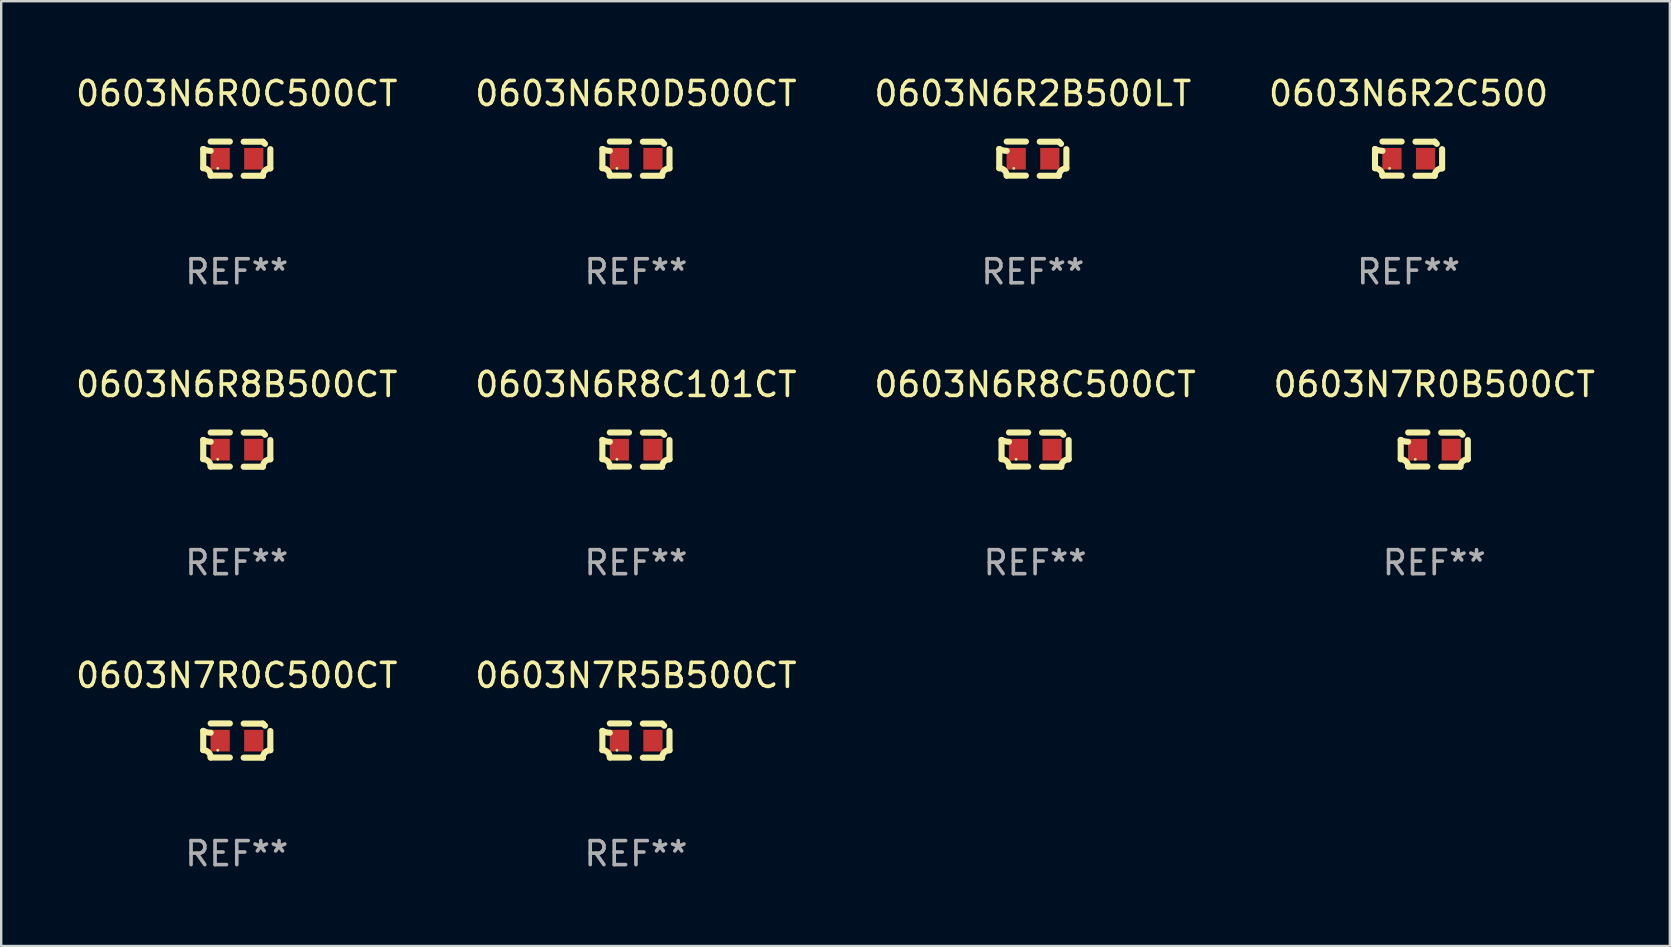
<source format=kicad_pcb>
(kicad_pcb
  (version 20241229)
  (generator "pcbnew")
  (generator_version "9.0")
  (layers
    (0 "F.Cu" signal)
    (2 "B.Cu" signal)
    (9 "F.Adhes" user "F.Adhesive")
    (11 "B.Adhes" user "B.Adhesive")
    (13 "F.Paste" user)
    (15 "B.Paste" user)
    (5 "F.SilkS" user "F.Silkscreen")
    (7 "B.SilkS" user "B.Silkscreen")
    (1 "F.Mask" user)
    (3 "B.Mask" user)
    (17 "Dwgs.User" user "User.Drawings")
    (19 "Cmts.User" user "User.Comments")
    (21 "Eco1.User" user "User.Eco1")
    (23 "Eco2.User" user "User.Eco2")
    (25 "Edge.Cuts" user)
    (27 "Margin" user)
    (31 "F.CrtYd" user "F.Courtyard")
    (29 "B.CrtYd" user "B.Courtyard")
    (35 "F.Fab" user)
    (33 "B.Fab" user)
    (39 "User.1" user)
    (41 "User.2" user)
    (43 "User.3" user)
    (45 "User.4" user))
  (footprint "0603N7R0B500CT"
    (layer "F.Cu")
    (at 56.708 15.683)
    (property "Reference" "0603N7R0B500CT" (at 0 -2.713 0) (layer "F.SilkS") (effects (font (size 1 1) (thickness 0.15))))
    (attr through_hole)
    (fp_line (start -1.398 -0.403) (end -1.398 0.397) (stroke (width 0.254) (type solid)) (layer "F.SilkS"))
    (fp_line (start -0.288 -0.713) (end -1.088 -0.713) (stroke (width 0.254) (type solid)) (layer "F.SilkS"))
    (fp_line (start -0.288 0.707) (end -1.088 0.707) (stroke (width 0.254) (type solid)) (layer "F.SilkS"))
    (fp_line (start 0.288 -0.707) (end 1.088 -0.707) (stroke (width 0.254) (type solid)) (layer "F.SilkS"))
    (fp_line (start 0.288 0.713) (end 1.088 0.713) (stroke (width 0.254) (type solid)) (layer "F.SilkS"))
    (fp_line (start 1.398 -0.397) (end 1.398 0.403) (stroke (width 0.254) (type solid)) (layer "F.SilkS"))
    (fp_arc (start -1.397789 0.397066) (mid -1.178701 0.487826) (end -1.08796 0.706922) (stroke (width 0.254001) (type solid)) (layer "F.SilkS"))
    (fp_arc (start -1.08796 -0.327176) (mid -1.247436 -0.346384) (end -1.39779 -0.402908) (stroke (width 0.254001) (type solid)) (layer "F.SilkS"))
    (fp_arc (start 1.087909 0.712738) (mid 1.178656 0.493655) (end 1.397739 0.402908) (stroke (width 0.254001) (type solid)) (layer "F.SilkS"))
    (fp_arc (start 1.175925 -0.618926) (mid 1.131917 -0.662923) (end 1.08791 -0.706922) (stroke (width 0.254001) (type solid)) (layer "F.SilkS"))
    (fp_circle (center -0.792 0.403) (end -0.762 0.403) (stroke (width 0.06) (type solid)) (fill no) (layer "F.SilkS"))
    (fp_text user "REF**" (at 0 4.713 0) (layer "F.Fab") (effects (font (size 1 1) (thickness 0.15))))
    (pad "1" smd rect (at -0.692 0.003) (size 0.8 0.9) (layers "F.Cu" "F.Mask" "F.Paste"))
    (pad "2" smd rect (at 0.708 0.003) (size 0.8 0.9) (layers "F.Cu" "F.Mask" "F.Paste")))
  (footprint "0603N6R2B500LT"
    (layer "F.Cu")
    (at 39.982 3.561)
    (property "Reference" "0603N6R2B500LT" (at 0 -2.713 0) (layer "F.SilkS") (effects (font (size 1 1) (thickness 0.15))))
    (attr through_hole)
    (fp_line (start -1.398 -0.403) (end -1.398 0.397) (stroke (width 0.254) (type solid)) (layer "F.SilkS"))
    (fp_line (start -0.288 -0.713) (end -1.088 -0.713) (stroke (width 0.254) (type solid)) (layer "F.SilkS"))
    (fp_line (start -0.288 0.707) (end -1.088 0.707) (stroke (width 0.254) (type solid)) (layer "F.SilkS"))
    (fp_line (start 0.288 -0.707) (end 1.088 -0.707) (stroke (width 0.254) (type solid)) (layer "F.SilkS"))
    (fp_line (start 0.288 0.713) (end 1.088 0.713) (stroke (width 0.254) (type solid)) (layer "F.SilkS"))
    (fp_line (start 1.398 -0.397) (end 1.398 0.403) (stroke (width 0.254) (type solid)) (layer "F.SilkS"))
    (fp_arc (start -1.397789 0.397066) (mid -1.178701 0.487826) (end -1.08796 0.706922) (stroke (width 0.254001) (type solid)) (layer "F.SilkS"))
    (fp_arc (start -1.08796 -0.327176) (mid -1.247436 -0.346384) (end -1.39779 -0.402908) (stroke (width 0.254001) (type solid)) (layer "F.SilkS"))
    (fp_arc (start 1.087909 0.712738) (mid 1.178656 0.493655) (end 1.397739 0.402908) (stroke (width 0.254001) (type solid)) (layer "F.SilkS"))
    (fp_arc (start 1.175925 -0.618926) (mid 1.131917 -0.662923) (end 1.08791 -0.706922) (stroke (width 0.254001) (type solid)) (layer "F.SilkS"))
    (fp_circle (center -0.792 0.403) (end -0.762 0.403) (stroke (width 0.06) (type solid)) (fill no) (layer "F.SilkS"))
    (fp_text user "REF**" (at 0 4.713 0) (layer "F.Fab") (effects (font (size 1 1) (thickness 0.15))))
    (pad "1" smd rect (at -0.692 0.003) (size 0.8 0.9) (layers "F.Cu" "F.Mask" "F.Paste"))
    (pad "2" smd rect (at 0.708 0.003) (size 0.8 0.9) (layers "F.Cu" "F.Mask" "F.Paste")))
  (footprint "0603N6R2C500"
    (layer "F.Cu")
    (at 55.637 3.561)
    (property "Reference" "0603N6R2C500" (at 0 -2.713 0) (layer "F.SilkS") (effects (font (size 1 1) (thickness 0.15))))
    (attr through_hole)
    (fp_line (start -1.398 -0.403) (end -1.398 0.397) (stroke (width 0.254) (type solid)) (layer "F.SilkS"))
    (fp_line (start -0.288 -0.713) (end -1.088 -0.713) (stroke (width 0.254) (type solid)) (layer "F.SilkS"))
    (fp_line (start -0.288 0.707) (end -1.088 0.707) (stroke (width 0.254) (type solid)) (layer "F.SilkS"))
    (fp_line (start 0.288 -0.707) (end 1.088 -0.707) (stroke (width 0.254) (type solid)) (layer "F.SilkS"))
    (fp_line (start 0.288 0.713) (end 1.088 0.713) (stroke (width 0.254) (type solid)) (layer "F.SilkS"))
    (fp_line (start 1.398 -0.397) (end 1.398 0.403) (stroke (width 0.254) (type solid)) (layer "F.SilkS"))
    (fp_arc (start -1.397789 0.397066) (mid -1.178701 0.487826) (end -1.08796 0.706922) (stroke (width 0.254001) (type solid)) (layer "F.SilkS"))
    (fp_arc (start -1.08796 -0.327176) (mid -1.247436 -0.346384) (end -1.39779 -0.402908) (stroke (width 0.254001) (type solid)) (layer "F.SilkS"))
    (fp_arc (start 1.087909 0.712738) (mid 1.178656 0.493655) (end 1.397739 0.402908) (stroke (width 0.254001) (type solid)) (layer "F.SilkS"))
    (fp_arc (start 1.175925 -0.618926) (mid 1.131917 -0.662923) (end 1.08791 -0.706922) (stroke (width 0.254001) (type solid)) (layer "F.SilkS"))
    (fp_circle (center -0.792 0.403) (end -0.762 0.403) (stroke (width 0.06) (type solid)) (fill no) (layer "F.SilkS"))
    (fp_text user "REF**" (at 0 4.713 0) (layer "F.Fab") (effects (font (size 1 1) (thickness 0.15))))
    (pad "1" smd rect (at -0.692 0.003) (size 0.8 0.9) (layers "F.Cu" "F.Mask" "F.Paste"))
    (pad "2" smd rect (at 0.708 0.003) (size 0.8 0.9) (layers "F.Cu" "F.Mask" "F.Paste")))
  (footprint "0603N6R8C101CT"
    (layer "F.Cu")
    (at 23.446 15.683)
    (property "Reference" "0603N6R8C101CT" (at 0 -2.713 0) (layer "F.SilkS") (effects (font (size 1 1) (thickness 0.15))))
    (attr through_hole)
    (fp_line (start -1.398 -0.403) (end -1.398 0.397) (stroke (width 0.254) (type solid)) (layer "F.SilkS"))
    (fp_line (start -0.288 -0.713) (end -1.088 -0.713) (stroke (width 0.254) (type solid)) (layer "F.SilkS"))
    (fp_line (start -0.288 0.707) (end -1.088 0.707) (stroke (width 0.254) (type solid)) (layer "F.SilkS"))
    (fp_line (start 0.288 -0.707) (end 1.088 -0.707) (stroke (width 0.254) (type solid)) (layer "F.SilkS"))
    (fp_line (start 0.288 0.713) (end 1.088 0.713) (stroke (width 0.254) (type solid)) (layer "F.SilkS"))
    (fp_line (start 1.398 -0.397) (end 1.398 0.403) (stroke (width 0.254) (type solid)) (layer "F.SilkS"))
    (fp_arc (start -1.397789 0.397066) (mid -1.178701 0.487826) (end -1.08796 0.706922) (stroke (width 0.254001) (type solid)) (layer "F.SilkS"))
    (fp_arc (start -1.08796 -0.327176) (mid -1.247436 -0.346384) (end -1.39779 -0.402908) (stroke (width 0.254001) (type solid)) (layer "F.SilkS"))
    (fp_arc (start 1.087909 0.712738) (mid 1.178656 0.493655) (end 1.397739 0.402908) (stroke (width 0.254001) (type solid)) (layer "F.SilkS"))
    (fp_arc (start 1.175925 -0.618926) (mid 1.131917 -0.662923) (end 1.08791 -0.706922) (stroke (width 0.254001) (type solid)) (layer "F.SilkS"))
    (fp_circle (center -0.792 0.403) (end -0.762 0.403) (stroke (width 0.06) (type solid)) (fill no) (layer "F.SilkS"))
    (fp_text user "REF**" (at 0 4.713 0) (layer "F.Fab") (effects (font (size 1 1) (thickness 0.15))))
    (pad "1" smd rect (at -0.692 0.003) (size 0.8 0.9) (layers "F.Cu" "F.Mask" "F.Paste"))
    (pad "2" smd rect (at 0.708 0.003) (size 0.8 0.9) (layers "F.Cu" "F.Mask" "F.Paste")))
  (footprint "0603N6R8C500CT"
    (layer "F.Cu")
    (at 40.077 15.683)
    (property "Reference" "0603N6R8C500CT" (at 0 -2.713 0) (layer "F.SilkS") (effects (font (size 1 1) (thickness 0.15))))
    (attr through_hole)
    (fp_line (start -1.398 -0.403) (end -1.398 0.397) (stroke (width 0.254) (type solid)) (layer "F.SilkS"))
    (fp_line (start -0.288 -0.713) (end -1.088 -0.713) (stroke (width 0.254) (type solid)) (layer "F.SilkS"))
    (fp_line (start -0.288 0.707) (end -1.088 0.707) (stroke (width 0.254) (type solid)) (layer "F.SilkS"))
    (fp_line (start 0.288 -0.707) (end 1.088 -0.707) (stroke (width 0.254) (type solid)) (layer "F.SilkS"))
    (fp_line (start 0.288 0.713) (end 1.088 0.713) (stroke (width 0.254) (type solid)) (layer "F.SilkS"))
    (fp_line (start 1.398 -0.397) (end 1.398 0.403) (stroke (width 0.254) (type solid)) (layer "F.SilkS"))
    (fp_arc (start -1.397789 0.397066) (mid -1.178701 0.487826) (end -1.08796 0.706922) (stroke (width 0.254001) (type solid)) (layer "F.SilkS"))
    (fp_arc (start -1.08796 -0.327176) (mid -1.247436 -0.346384) (end -1.39779 -0.402908) (stroke (width 0.254001) (type solid)) (layer "F.SilkS"))
    (fp_arc (start 1.087909 0.712738) (mid 1.178656 0.493655) (end 1.397739 0.402908) (stroke (width 0.254001) (type solid)) (layer "F.SilkS"))
    (fp_arc (start 1.175925 -0.618926) (mid 1.131917 -0.662923) (end 1.08791 -0.706922) (stroke (width 0.254001) (type solid)) (layer "F.SilkS"))
    (fp_circle (center -0.792 0.403) (end -0.762 0.403) (stroke (width 0.06) (type solid)) (fill no) (layer "F.SilkS"))
    (fp_text user "REF**" (at 0 4.713 0) (layer "F.Fab") (effects (font (size 1 1) (thickness 0.15))))
    (pad "1" smd rect (at -0.692 0.003) (size 0.8 0.9) (layers "F.Cu" "F.Mask" "F.Paste"))
    (pad "2" smd rect (at 0.708 0.003) (size 0.8 0.9) (layers "F.Cu" "F.Mask" "F.Paste")))
  (footprint "0603N6R0C500CT"
    (layer "F.Cu")
    (at 6.815 3.561)
    (property "Reference" "0603N6R0C500CT" (at 0 -2.713 0) (layer "F.SilkS") (effects (font (size 1 1) (thickness 0.15))))
    (attr through_hole)
    (fp_line (start -1.398 -0.403) (end -1.398 0.397) (stroke (width 0.254) (type solid)) (layer "F.SilkS"))
    (fp_line (start -0.288 -0.713) (end -1.088 -0.713) (stroke (width 0.254) (type solid)) (layer "F.SilkS"))
    (fp_line (start -0.288 0.707) (end -1.088 0.707) (stroke (width 0.254) (type solid)) (layer "F.SilkS"))
    (fp_line (start 0.288 -0.707) (end 1.088 -0.707) (stroke (width 0.254) (type solid)) (layer "F.SilkS"))
    (fp_line (start 0.288 0.713) (end 1.088 0.713) (stroke (width 0.254) (type solid)) (layer "F.SilkS"))
    (fp_line (start 1.398 -0.397) (end 1.398 0.403) (stroke (width 0.254) (type solid)) (layer "F.SilkS"))
    (fp_arc (start -1.397789 0.397066) (mid -1.178701 0.487826) (end -1.08796 0.706922) (stroke (width 0.254001) (type solid)) (layer "F.SilkS"))
    (fp_arc (start -1.08796 -0.327176) (mid -1.247436 -0.346384) (end -1.39779 -0.402908) (stroke (width 0.254001) (type solid)) (layer "F.SilkS"))
    (fp_arc (start 1.087909 0.712738) (mid 1.178656 0.493655) (end 1.397739 0.402908) (stroke (width 0.254001) (type solid)) (layer "F.SilkS"))
    (fp_arc (start 1.175925 -0.618926) (mid 1.131917 -0.662923) (end 1.08791 -0.706922) (stroke (width 0.254001) (type solid)) (layer "F.SilkS"))
    (fp_circle (center -0.792 0.403) (end -0.762 0.403) (stroke (width 0.06) (type solid)) (fill no) (layer "F.SilkS"))
    (fp_text user "REF**" (at 0 4.713 0) (layer "F.Fab") (effects (font (size 1 1) (thickness 0.15))))
    (pad "1" smd rect (at -0.692 0.003) (size 0.8 0.9) (layers "F.Cu" "F.Mask" "F.Paste"))
    (pad "2" smd rect (at 0.708 0.003) (size 0.8 0.9) (layers "F.Cu" "F.Mask" "F.Paste")))
  (footprint "0603N6R8B500CT"
    (layer "F.Cu")
    (at 6.815 15.683)
    (property "Reference" "0603N6R8B500CT" (at 0 -2.713 0) (layer "F.SilkS") (effects (font (size 1 1) (thickness 0.15))))
    (attr through_hole)
    (fp_line (start -1.398 -0.403) (end -1.398 0.397) (stroke (width 0.254) (type solid)) (layer "F.SilkS"))
    (fp_line (start -0.288 -0.713) (end -1.088 -0.713) (stroke (width 0.254) (type solid)) (layer "F.SilkS"))
    (fp_line (start -0.288 0.707) (end -1.088 0.707) (stroke (width 0.254) (type solid)) (layer "F.SilkS"))
    (fp_line (start 0.288 -0.707) (end 1.088 -0.707) (stroke (width 0.254) (type solid)) (layer "F.SilkS"))
    (fp_line (start 0.288 0.713) (end 1.088 0.713) (stroke (width 0.254) (type solid)) (layer "F.SilkS"))
    (fp_line (start 1.398 -0.397) (end 1.398 0.403) (stroke (width 0.254) (type solid)) (layer "F.SilkS"))
    (fp_arc (start -1.397789 0.397066) (mid -1.178701 0.487826) (end -1.08796 0.706922) (stroke (width 0.254001) (type solid)) (layer "F.SilkS"))
    (fp_arc (start -1.08796 -0.327176) (mid -1.247436 -0.346384) (end -1.39779 -0.402908) (stroke (width 0.254001) (type solid)) (layer "F.SilkS"))
    (fp_arc (start 1.087909 0.712738) (mid 1.178656 0.493655) (end 1.397739 0.402908) (stroke (width 0.254001) (type solid)) (layer "F.SilkS"))
    (fp_arc (start 1.175925 -0.618926) (mid 1.131917 -0.662923) (end 1.08791 -0.706922) (stroke (width 0.254001) (type solid)) (layer "F.SilkS"))
    (fp_circle (center -0.792 0.403) (end -0.762 0.403) (stroke (width 0.06) (type solid)) (fill no) (layer "F.SilkS"))
    (fp_text user "REF**" (at 0 4.713 0) (layer "F.Fab") (effects (font (size 1 1) (thickness 0.15))))
    (pad "1" smd rect (at -0.692 0.003) (size 0.8 0.9) (layers "F.Cu" "F.Mask" "F.Paste"))
    (pad "2" smd rect (at 0.708 0.003) (size 0.8 0.9) (layers "F.Cu" "F.Mask" "F.Paste")))
  (footprint "0603N7R0C500CT"
    (layer "F.Cu")
    (at 6.815 27.805)
    (property "Reference" "0603N7R0C500CT" (at 0 -2.713 0) (layer "F.SilkS") (effects (font (size 1 1) (thickness 0.15))))
    (attr through_hole)
    (fp_line (start -1.398 -0.403) (end -1.398 0.397) (stroke (width 0.254) (type solid)) (layer "F.SilkS"))
    (fp_line (start -0.288 -0.713) (end -1.088 -0.713) (stroke (width 0.254) (type solid)) (layer "F.SilkS"))
    (fp_line (start -0.288 0.707) (end -1.088 0.707) (stroke (width 0.254) (type solid)) (layer "F.SilkS"))
    (fp_line (start 0.288 -0.707) (end 1.088 -0.707) (stroke (width 0.254) (type solid)) (layer "F.SilkS"))
    (fp_line (start 0.288 0.713) (end 1.088 0.713) (stroke (width 0.254) (type solid)) (layer "F.SilkS"))
    (fp_line (start 1.398 -0.397) (end 1.398 0.403) (stroke (width 0.254) (type solid)) (layer "F.SilkS"))
    (fp_arc (start -1.397789 0.397066) (mid -1.178701 0.487826) (end -1.08796 0.706922) (stroke (width 0.254001) (type solid)) (layer "F.SilkS"))
    (fp_arc (start -1.08796 -0.327176) (mid -1.247436 -0.346384) (end -1.39779 -0.402908) (stroke (width 0.254001) (type solid)) (layer "F.SilkS"))
    (fp_arc (start 1.087909 0.712738) (mid 1.178656 0.493655) (end 1.397739 0.402908) (stroke (width 0.254001) (type solid)) (layer "F.SilkS"))
    (fp_arc (start 1.175925 -0.618926) (mid 1.131917 -0.662923) (end 1.08791 -0.706922) (stroke (width 0.254001) (type solid)) (layer "F.SilkS"))
    (fp_circle (center -0.792 0.403) (end -0.762 0.403) (stroke (width 0.06) (type solid)) (fill no) (layer "F.SilkS"))
    (fp_text user "REF**" (at 0 4.713 0) (layer "F.Fab") (effects (font (size 1 1) (thickness 0.15))))
    (pad "1" smd rect (at -0.692 0.003) (size 0.8 0.9) (layers "F.Cu" "F.Mask" "F.Paste"))
    (pad "2" smd rect (at 0.708 0.003) (size 0.8 0.9) (layers "F.Cu" "F.Mask" "F.Paste")))
  (footprint "0603N6R0D500CT"
    (layer "F.Cu")
    (at 23.446 3.561)
    (property "Reference" "0603N6R0D500CT" (at 0 -2.713 0) (layer "F.SilkS") (effects (font (size 1 1) (thickness 0.15))))
    (attr through_hole)
    (fp_line (start -1.398 -0.403) (end -1.398 0.397) (stroke (width 0.254) (type solid)) (layer "F.SilkS"))
    (fp_line (start -0.288 -0.713) (end -1.088 -0.713) (stroke (width 0.254) (type solid)) (layer "F.SilkS"))
    (fp_line (start -0.288 0.707) (end -1.088 0.707) (stroke (width 0.254) (type solid)) (layer "F.SilkS"))
    (fp_line (start 0.288 -0.707) (end 1.088 -0.707) (stroke (width 0.254) (type solid)) (layer "F.SilkS"))
    (fp_line (start 0.288 0.713) (end 1.088 0.713) (stroke (width 0.254) (type solid)) (layer "F.SilkS"))
    (fp_line (start 1.398 -0.397) (end 1.398 0.403) (stroke (width 0.254) (type solid)) (layer "F.SilkS"))
    (fp_arc (start -1.397789 0.397066) (mid -1.178701 0.487826) (end -1.08796 0.706922) (stroke (width 0.254001) (type solid)) (layer "F.SilkS"))
    (fp_arc (start -1.08796 -0.327176) (mid -1.247436 -0.346384) (end -1.39779 -0.402908) (stroke (width 0.254001) (type solid)) (layer "F.SilkS"))
    (fp_arc (start 1.087909 0.712738) (mid 1.178656 0.493655) (end 1.397739 0.402908) (stroke (width 0.254001) (type solid)) (layer "F.SilkS"))
    (fp_arc (start 1.175925 -0.618926) (mid 1.131917 -0.662923) (end 1.08791 -0.706922) (stroke (width 0.254001) (type solid)) (layer "F.SilkS"))
    (fp_circle (center -0.792 0.403) (end -0.762 0.403) (stroke (width 0.06) (type solid)) (fill no) (layer "F.SilkS"))
    (fp_text user "REF**" (at 0 4.713 0) (layer "F.Fab") (effects (font (size 1 1) (thickness 0.15))))
    (pad "1" smd rect (at -0.692 0.003) (size 0.8 0.9) (layers "F.Cu" "F.Mask" "F.Paste"))
    (pad "2" smd rect (at 0.708 0.003) (size 0.8 0.9) (layers "F.Cu" "F.Mask" "F.Paste")))
  (footprint "0603N7R5B500CT"
    (layer "F.Cu")
    (at 23.446 27.805)
    (property "Reference" "0603N7R5B500CT" (at 0 -2.713 0) (layer "F.SilkS") (effects (font (size 1 1) (thickness 0.15))))
    (attr through_hole)
    (fp_line (start -1.398 -0.403) (end -1.398 0.397) (stroke (width 0.254) (type solid)) (layer "F.SilkS"))
    (fp_line (start -0.288 -0.713) (end -1.088 -0.713) (stroke (width 0.254) (type solid)) (layer "F.SilkS"))
    (fp_line (start -0.288 0.707) (end -1.088 0.707) (stroke (width 0.254) (type solid)) (layer "F.SilkS"))
    (fp_line (start 0.288 -0.707) (end 1.088 -0.707) (stroke (width 0.254) (type solid)) (layer "F.SilkS"))
    (fp_line (start 0.288 0.713) (end 1.088 0.713) (stroke (width 0.254) (type solid)) (layer "F.SilkS"))
    (fp_line (start 1.398 -0.397) (end 1.398 0.403) (stroke (width 0.254) (type solid)) (layer "F.SilkS"))
    (fp_arc (start -1.397789 0.397066) (mid -1.178701 0.487826) (end -1.08796 0.706922) (stroke (width 0.254001) (type solid)) (layer "F.SilkS"))
    (fp_arc (start -1.08796 -0.327176) (mid -1.247436 -0.346384) (end -1.39779 -0.402908) (stroke (width 0.254001) (type solid)) (layer "F.SilkS"))
    (fp_arc (start 1.087909 0.712738) (mid 1.178656 0.493655) (end 1.397739 0.402908) (stroke (width 0.254001) (type solid)) (layer "F.SilkS"))
    (fp_arc (start 1.175925 -0.618926) (mid 1.131917 -0.662923) (end 1.08791 -0.706922) (stroke (width 0.254001) (type solid)) (layer "F.SilkS"))
    (fp_circle (center -0.792 0.403) (end -0.762 0.403) (stroke (width 0.06) (type solid)) (fill no) (layer "F.SilkS"))
    (fp_text user "REF**" (at 0 4.713 0) (layer "F.Fab") (effects (font (size 1 1) (thickness 0.15))))
    (pad "1" smd rect (at -0.692 0.003) (size 0.8 0.9) (layers "F.Cu" "F.Mask" "F.Paste"))
    (pad "2" smd rect (at 0.708 0.003) (size 0.8 0.9) (layers "F.Cu" "F.Mask" "F.Paste")))
  (gr_rect
    (start -3 -3)
    (end 66.524 36.366)
    (stroke (width 0.1) (type default))
    (fill no)
    (layer "Edge.Cuts")))
</source>
